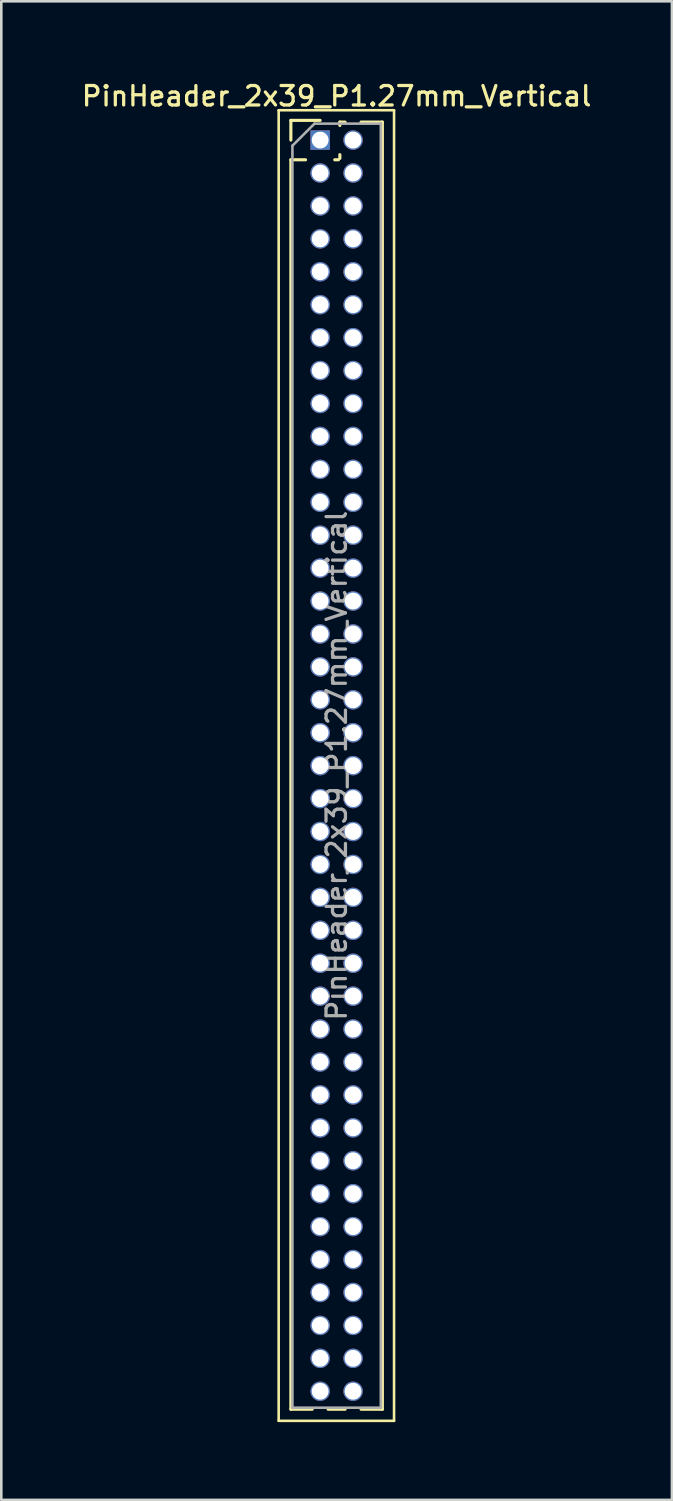
<source format=kicad_pcb>
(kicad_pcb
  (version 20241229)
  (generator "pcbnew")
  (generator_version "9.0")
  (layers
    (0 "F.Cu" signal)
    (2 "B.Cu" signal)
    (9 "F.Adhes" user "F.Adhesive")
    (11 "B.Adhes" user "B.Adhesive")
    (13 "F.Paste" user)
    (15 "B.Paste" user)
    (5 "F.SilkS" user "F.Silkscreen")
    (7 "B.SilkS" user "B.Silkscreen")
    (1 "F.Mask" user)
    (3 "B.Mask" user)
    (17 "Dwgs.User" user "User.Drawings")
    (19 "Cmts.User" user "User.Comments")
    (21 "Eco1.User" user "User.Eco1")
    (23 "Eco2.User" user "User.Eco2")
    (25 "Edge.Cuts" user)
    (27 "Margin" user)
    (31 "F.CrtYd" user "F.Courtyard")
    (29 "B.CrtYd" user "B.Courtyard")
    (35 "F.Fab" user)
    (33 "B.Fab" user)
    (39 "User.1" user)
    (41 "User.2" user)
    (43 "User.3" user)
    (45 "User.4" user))
  (footprint "PinHeader_2x39_P1.27mm_Vertical"
    (layer "F.Cu")
    (at 9.299 2.353)
    (property "Reference" "PinHeader_2x39_P1.27mm_Vertical" (at 0.635 -1.695 0) (layer "F.SilkS") (effects (font (size 0.75 0.75) (thickness 0.125))))
    (attr through_hole)
    (fp_line (start -1.6 -1.15) (end -1.6 49.4) (stroke (width 0.1) (type solid)) (layer "F.SilkS"))
    (fp_line (start -1.6 49.4) (end 2.85 49.4) (stroke (width 0.1) (type solid)) (layer "F.SilkS"))
    (fp_line (start -1.13 -0.76) (end 0 -0.76) (stroke (width 0.12) (type solid)) (layer "F.SilkS"))
    (fp_line (start -1.13 0) (end -1.13 -0.76) (stroke (width 0.12) (type solid)) (layer "F.SilkS"))
    (fp_line (start -1.13 0.76) (end -1.13 48.955) (stroke (width 0.12) (type solid)) (layer "F.SilkS"))
    (fp_line (start -1.13 0.76) (end -0.563 0.76) (stroke (width 0.12) (type solid)) (layer "F.SilkS"))
    (fp_line (start -1.13 48.955) (end -0.308 48.955) (stroke (width 0.12) (type solid)) (layer "F.SilkS"))
    (fp_line (start 0.308 48.955) (end 0.962 48.955) (stroke (width 0.12) (type solid)) (layer "F.SilkS"))
    (fp_line (start 0.563 0.76) (end 0.707 0.76) (stroke (width 0.12) (type solid)) (layer "F.SilkS"))
    (fp_line (start 0.76 -0.695) (end 0.962 -0.695) (stroke (width 0.12) (type solid)) (layer "F.SilkS"))
    (fp_line (start 0.76 -0.563) (end 0.76 -0.695) (stroke (width 0.12) (type solid)) (layer "F.SilkS"))
    (fp_line (start 0.76 0.707) (end 0.76 0.563) (stroke (width 0.12) (type solid)) (layer "F.SilkS"))
    (fp_line (start 1.578 -0.695) (end 2.4 -0.695) (stroke (width 0.12) (type solid)) (layer "F.SilkS"))
    (fp_line (start 1.578 48.955) (end 2.4 48.955) (stroke (width 0.12) (type solid)) (layer "F.SilkS"))
    (fp_line (start 2.4 -0.695) (end 2.4 48.955) (stroke (width 0.12) (type solid)) (layer "F.SilkS"))
    (fp_line (start 2.85 -1.15) (end -1.6 -1.15) (stroke (width 0.1) (type solid)) (layer "F.SilkS"))
    (fp_line (start 2.85 49.4) (end 2.85 -1.15) (stroke (width 0.1) (type solid)) (layer "F.SilkS"))
    (fp_line (start -1.07 0.217) (end -0.217 -0.635) (stroke (width 0.1) (type solid)) (layer "F.Fab"))
    (fp_line (start -1.07 48.895) (end -1.07 0.217) (stroke (width 0.1) (type solid)) (layer "F.Fab"))
    (fp_line (start -0.217 -0.635) (end 2.34 -0.635) (stroke (width 0.1) (type solid)) (layer "F.Fab"))
    (fp_line (start 2.34 -0.635) (end 2.34 48.895) (stroke (width 0.1) (type solid)) (layer "F.Fab"))
    (fp_line (start 2.34 48.895) (end -1.07 48.895) (stroke (width 0.1) (type solid)) (layer "F.Fab"))
    (fp_text user "${REFERENCE}" (at 0.635 24.13 90) (layer "F.Fab") (effects (font (size 0.75 0.75) (thickness 0.125))))
    (pad "1" thru_hole rect (at 0 0) (size 0.75 0.75) (drill 0.65) (layers "*.Cu" "*.Mask"))
    (pad "2" thru_hole oval (at 1.27 0) (size 0.75 0.75) (drill 0.65) (layers "*.Cu" "*.Mask"))
    (pad "3" thru_hole oval (at 0 1.27) (size 0.75 0.75) (drill 0.65) (layers "*.Cu" "*.Mask"))
    (pad "4" thru_hole oval (at 1.27 1.27) (size 0.75 0.75) (drill 0.65) (layers "*.Cu" "*.Mask"))
    (pad "5" thru_hole oval (at 0 2.54) (size 0.75 0.75) (drill 0.65) (layers "*.Cu" "*.Mask"))
    (pad "6" thru_hole oval (at 1.27 2.54) (size 0.75 0.75) (drill 0.65) (layers "*.Cu" "*.Mask"))
    (pad "7" thru_hole oval (at 0 3.81) (size 0.75 0.75) (drill 0.65) (layers "*.Cu" "*.Mask"))
    (pad "8" thru_hole oval (at 1.27 3.81) (size 0.75 0.75) (drill 0.65) (layers "*.Cu" "*.Mask"))
    (pad "9" thru_hole oval (at 0 5.08) (size 0.75 0.75) (drill 0.65) (layers "*.Cu" "*.Mask"))
    (pad "10" thru_hole oval (at 1.27 5.08) (size 0.75 0.75) (drill 0.65) (layers "*.Cu" "*.Mask"))
    (pad "11" thru_hole oval (at 0 6.35) (size 0.75 0.75) (drill 0.65) (layers "*.Cu" "*.Mask"))
    (pad "12" thru_hole oval (at 1.27 6.35) (size 0.75 0.75) (drill 0.65) (layers "*.Cu" "*.Mask"))
    (pad "13" thru_hole oval (at 0 7.62) (size 0.75 0.75) (drill 0.65) (layers "*.Cu" "*.Mask"))
    (pad "14" thru_hole oval (at 1.27 7.62) (size 0.75 0.75) (drill 0.65) (layers "*.Cu" "*.Mask"))
    (pad "15" thru_hole oval (at 0 8.89) (size 0.75 0.75) (drill 0.65) (layers "*.Cu" "*.Mask"))
    (pad "16" thru_hole oval (at 1.27 8.89) (size 0.75 0.75) (drill 0.65) (layers "*.Cu" "*.Mask"))
    (pad "17" thru_hole oval (at 0 10.16) (size 0.75 0.75) (drill 0.65) (layers "*.Cu" "*.Mask"))
    (pad "18" thru_hole oval (at 1.27 10.16) (size 0.75 0.75) (drill 0.65) (layers "*.Cu" "*.Mask"))
    (pad "19" thru_hole oval (at 0 11.43) (size 0.75 0.75) (drill 0.65) (layers "*.Cu" "*.Mask"))
    (pad "20" thru_hole oval (at 1.27 11.43) (size 0.75 0.75) (drill 0.65) (layers "*.Cu" "*.Mask"))
    (pad "21" thru_hole oval (at 0 12.7) (size 0.75 0.75) (drill 0.65) (layers "*.Cu" "*.Mask"))
    (pad "22" thru_hole oval (at 1.27 12.7) (size 0.75 0.75) (drill 0.65) (layers "*.Cu" "*.Mask"))
    (pad "23" thru_hole oval (at 0 13.97) (size 0.75 0.75) (drill 0.65) (layers "*.Cu" "*.Mask"))
    (pad "24" thru_hole oval (at 1.27 13.97) (size 0.75 0.75) (drill 0.65) (layers "*.Cu" "*.Mask"))
    (pad "25" thru_hole oval (at 0 15.24) (size 0.75 0.75) (drill 0.65) (layers "*.Cu" "*.Mask"))
    (pad "26" thru_hole oval (at 1.27 15.24) (size 0.75 0.75) (drill 0.65) (layers "*.Cu" "*.Mask"))
    (pad "27" thru_hole oval (at 0 16.51) (size 0.75 0.75) (drill 0.65) (layers "*.Cu" "*.Mask"))
    (pad "28" thru_hole oval (at 1.27 16.51) (size 0.75 0.75) (drill 0.65) (layers "*.Cu" "*.Mask"))
    (pad "29" thru_hole oval (at 0 17.78) (size 0.75 0.75) (drill 0.65) (layers "*.Cu" "*.Mask"))
    (pad "30" thru_hole oval (at 1.27 17.78) (size 0.75 0.75) (drill 0.65) (layers "*.Cu" "*.Mask"))
    (pad "31" thru_hole oval (at 0 19.05) (size 0.75 0.75) (drill 0.65) (layers "*.Cu" "*.Mask"))
    (pad "32" thru_hole oval (at 1.27 19.05) (size 0.75 0.75) (drill 0.65) (layers "*.Cu" "*.Mask"))
    (pad "33" thru_hole oval (at 0 20.32) (size 0.75 0.75) (drill 0.65) (layers "*.Cu" "*.Mask"))
    (pad "34" thru_hole oval (at 1.27 20.32) (size 0.75 0.75) (drill 0.65) (layers "*.Cu" "*.Mask"))
    (pad "35" thru_hole oval (at 0 21.59) (size 0.75 0.75) (drill 0.65) (layers "*.Cu" "*.Mask"))
    (pad "36" thru_hole oval (at 1.27 21.59) (size 0.75 0.75) (drill 0.65) (layers "*.Cu" "*.Mask"))
    (pad "37" thru_hole oval (at 0 22.86) (size 0.75 0.75) (drill 0.65) (layers "*.Cu" "*.Mask"))
    (pad "38" thru_hole oval (at 1.27 22.86) (size 0.75 0.75) (drill 0.65) (layers "*.Cu" "*.Mask"))
    (pad "39" thru_hole oval (at 0 24.13) (size 0.75 0.75) (drill 0.65) (layers "*.Cu" "*.Mask"))
    (pad "40" thru_hole oval (at 1.27 24.13) (size 0.75 0.75) (drill 0.65) (layers "*.Cu" "*.Mask"))
    (pad "41" thru_hole oval (at 0 25.4) (size 0.75 0.75) (drill 0.65) (layers "*.Cu" "*.Mask"))
    (pad "42" thru_hole oval (at 1.27 25.4) (size 0.75 0.75) (drill 0.65) (layers "*.Cu" "*.Mask"))
    (pad "43" thru_hole oval (at 0 26.67) (size 0.75 0.75) (drill 0.65) (layers "*.Cu" "*.Mask"))
    (pad "44" thru_hole oval (at 1.27 26.67) (size 0.75 0.75) (drill 0.65) (layers "*.Cu" "*.Mask"))
    (pad "45" thru_hole oval (at 0 27.94) (size 0.75 0.75) (drill 0.65) (layers "*.Cu" "*.Mask"))
    (pad "46" thru_hole oval (at 1.27 27.94) (size 0.75 0.75) (drill 0.65) (layers "*.Cu" "*.Mask"))
    (pad "47" thru_hole oval (at 0 29.21) (size 0.75 0.75) (drill 0.65) (layers "*.Cu" "*.Mask"))
    (pad "48" thru_hole oval (at 1.27 29.21) (size 0.75 0.75) (drill 0.65) (layers "*.Cu" "*.Mask"))
    (pad "49" thru_hole oval (at 0 30.48) (size 0.75 0.75) (drill 0.65) (layers "*.Cu" "*.Mask"))
    (pad "50" thru_hole oval (at 1.27 30.48) (size 0.75 0.75) (drill 0.65) (layers "*.Cu" "*.Mask"))
    (pad "51" thru_hole oval (at 0 31.75) (size 0.75 0.75) (drill 0.65) (layers "*.Cu" "*.Mask"))
    (pad "52" thru_hole oval (at 1.27 31.75) (size 0.75 0.75) (drill 0.65) (layers "*.Cu" "*.Mask"))
    (pad "53" thru_hole oval (at 0 33.02) (size 0.75 0.75) (drill 0.65) (layers "*.Cu" "*.Mask"))
    (pad "54" thru_hole oval (at 1.27 33.02) (size 0.75 0.75) (drill 0.65) (layers "*.Cu" "*.Mask"))
    (pad "55" thru_hole oval (at 0 34.29) (size 0.75 0.75) (drill 0.65) (layers "*.Cu" "*.Mask"))
    (pad "56" thru_hole oval (at 1.27 34.29) (size 0.75 0.75) (drill 0.65) (layers "*.Cu" "*.Mask"))
    (pad "57" thru_hole oval (at 0 35.56) (size 0.75 0.75) (drill 0.65) (layers "*.Cu" "*.Mask"))
    (pad "58" thru_hole oval (at 1.27 35.56) (size 0.75 0.75) (drill 0.65) (layers "*.Cu" "*.Mask"))
    (pad "59" thru_hole oval (at 0 36.83) (size 0.75 0.75) (drill 0.65) (layers "*.Cu" "*.Mask"))
    (pad "60" thru_hole oval (at 1.27 36.83) (size 0.75 0.75) (drill 0.65) (layers "*.Cu" "*.Mask"))
    (pad "61" thru_hole oval (at 0 38.1) (size 0.75 0.75) (drill 0.65) (layers "*.Cu" "*.Mask"))
    (pad "62" thru_hole oval (at 1.27 38.1) (size 0.75 0.75) (drill 0.65) (layers "*.Cu" "*.Mask"))
    (pad "63" thru_hole oval (at 0 39.37) (size 0.75 0.75) (drill 0.65) (layers "*.Cu" "*.Mask"))
    (pad "64" thru_hole oval (at 1.27 39.37) (size 0.75 0.75) (drill 0.65) (layers "*.Cu" "*.Mask"))
    (pad "65" thru_hole oval (at 0 40.64) (size 0.75 0.75) (drill 0.65) (layers "*.Cu" "*.Mask"))
    (pad "66" thru_hole oval (at 1.27 40.64) (size 0.75 0.75) (drill 0.65) (layers "*.Cu" "*.Mask"))
    (pad "67" thru_hole oval (at 0 41.91) (size 0.75 0.75) (drill 0.65) (layers "*.Cu" "*.Mask"))
    (pad "68" thru_hole oval (at 1.27 41.91) (size 0.75 0.75) (drill 0.65) (layers "*.Cu" "*.Mask"))
    (pad "69" thru_hole oval (at 0 43.18) (size 0.75 0.75) (drill 0.65) (layers "*.Cu" "*.Mask"))
    (pad "70" thru_hole oval (at 1.27 43.18) (size 0.75 0.75) (drill 0.65) (layers "*.Cu" "*.Mask"))
    (pad "71" thru_hole oval (at 0 44.45) (size 0.75 0.75) (drill 0.65) (layers "*.Cu" "*.Mask"))
    (pad "72" thru_hole oval (at 1.27 44.45) (size 0.75 0.75) (drill 0.65) (layers "*.Cu" "*.Mask"))
    (pad "73" thru_hole oval (at 0 45.72) (size 0.75 0.75) (drill 0.65) (layers "*.Cu" "*.Mask"))
    (pad "74" thru_hole oval (at 1.27 45.72) (size 0.75 0.75) (drill 0.65) (layers "*.Cu" "*.Mask"))
    (pad "75" thru_hole oval (at 0 46.99) (size 0.75 0.75) (drill 0.65) (layers "*.Cu" "*.Mask"))
    (pad "76" thru_hole oval (at 1.27 46.99) (size 0.75 0.75) (drill 0.65) (layers "*.Cu" "*.Mask"))
    (pad "77" thru_hole oval (at 0 48.26) (size 0.75 0.75) (drill 0.65) (layers "*.Cu" "*.Mask"))
    (pad "78" thru_hole oval (at 1.27 48.26) (size 0.75 0.75) (drill 0.65) (layers "*.Cu" "*.Mask")))
  (gr_rect
    (start -3 -3)
    (end 22.868 54.803)
    (stroke (width 0.1) (type default))
    (fill no)
    (layer "Edge.Cuts")))
</source>
